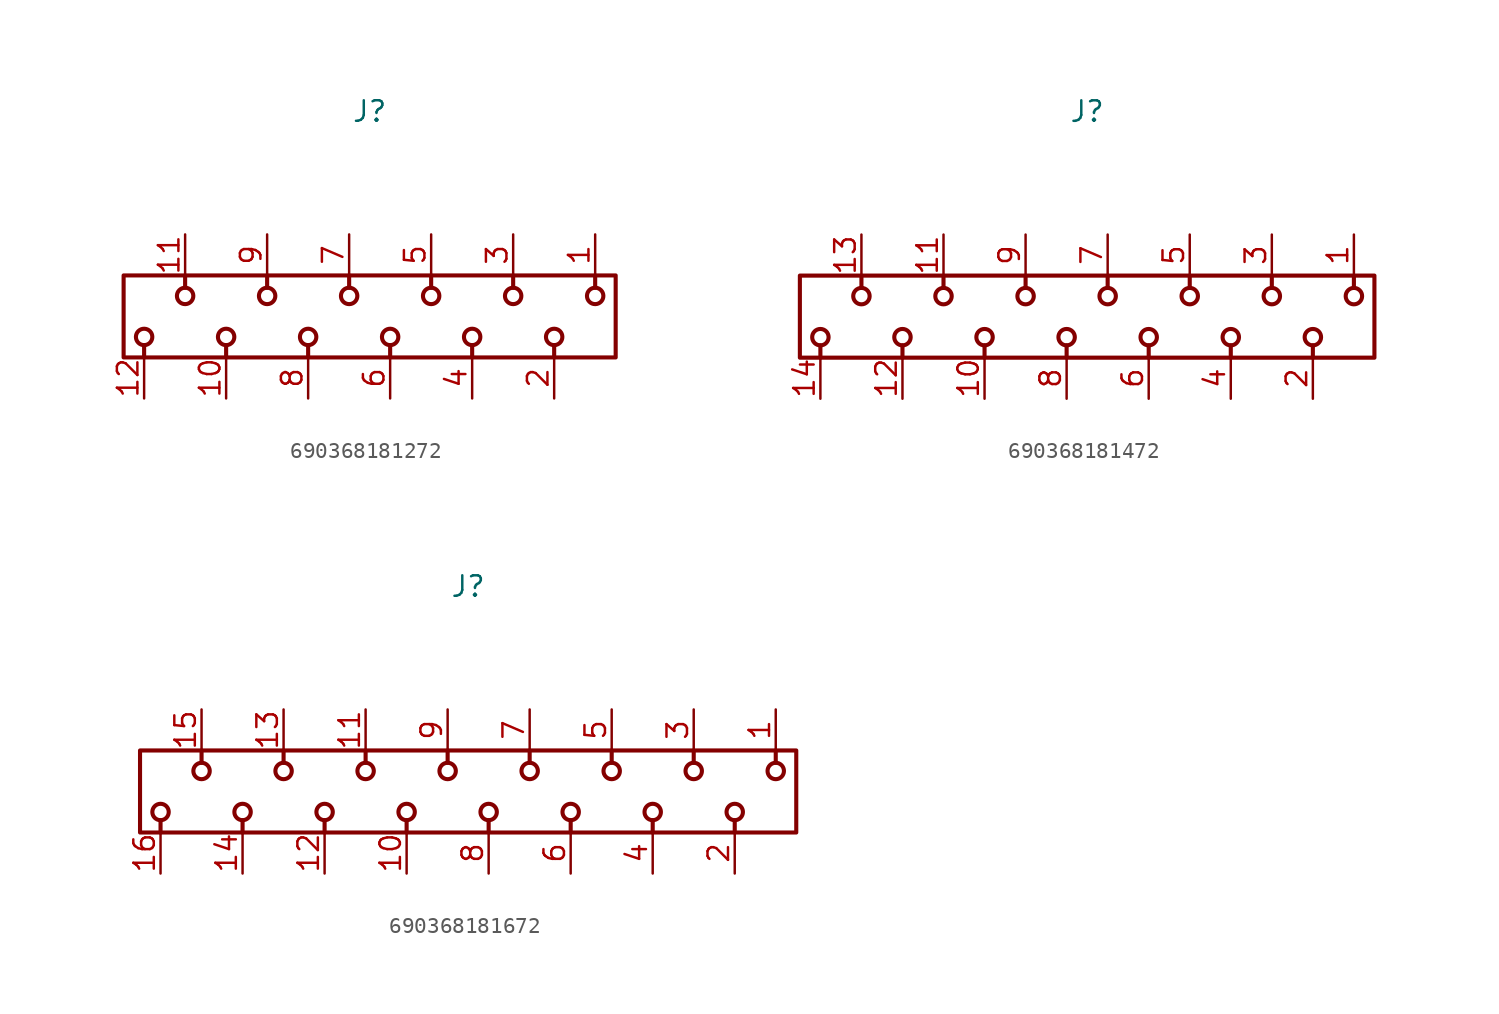
<source format=kicad_sym>
(kicad_symbol_lib
  (version 20241209)
  (generator "kicad_symbol_editor")
  (generator_version "9.0")
  (symbol "690368181272"
    (pin_names
      (hide yes))
    (property "Reference" "J"
      (at 0 12.7 0)
      (effects (font (size 1.27 1.27))))
    (symbol "690368181272_1_1"
      (rectangle (start -15.24 2.54) (end 15.24 -2.54) (stroke (width 0.254) (type solid)) (fill (type none)))
      (circle (center -13.97 -1.27) (radius 0.508) (stroke (width 0.254) (type solid)) (fill (type none)))
      (polyline (pts (xy -13.97 -1.778) (xy -13.97 -2.54)) (stroke (width 0.254) (type solid)) (fill (type none)))
      (polyline (pts (xy -11.43 1.778) (xy -11.43 2.54)) (stroke (width 0.254) (type solid)) (fill (type none)))
      (circle (center -11.43 1.27) (radius 0.508) (stroke (width 0.254) (type solid)) (fill (type none)))
      (circle (center -8.89 -1.27) (radius 0.508) (stroke (width 0.254) (type solid)) (fill (type none)))
      (polyline (pts (xy -8.89 -1.778) (xy -8.89 -2.54)) (stroke (width 0.254) (type solid)) (fill (type none)))
      (polyline (pts (xy -6.35 1.778) (xy -6.35 2.54)) (stroke (width 0.254) (type solid)) (fill (type none)))
      (circle (center -6.35 1.27) (radius 0.508) (stroke (width 0.254) (type solid)) (fill (type none)))
      (circle (center -3.81 -1.27) (radius 0.508) (stroke (width 0.254) (type solid)) (fill (type none)))
      (polyline (pts (xy -3.81 -1.778) (xy -3.81 -2.54)) (stroke (width 0.254) (type solid)) (fill (type none)))
      (polyline (pts (xy -1.27 1.778) (xy -1.27 2.54)) (stroke (width 0.254) (type solid)) (fill (type none)))
      (circle (center -1.27 1.27) (radius 0.508) (stroke (width 0.254) (type solid)) (fill (type none)))
      (circle (center 1.27 -1.27) (radius 0.508) (stroke (width 0.254) (type solid)) (fill (type none)))
      (polyline (pts (xy 1.27 -1.778) (xy 1.27 -2.54)) (stroke (width 0.254) (type solid)) (fill (type none)))
      (polyline (pts (xy 3.81 1.778) (xy 3.81 2.54)) (stroke (width 0.254) (type solid)) (fill (type none)))
      (circle (center 3.81 1.27) (radius 0.508) (stroke (width 0.254) (type solid)) (fill (type none)))
      (circle (center 6.35 -1.27) (radius 0.508) (stroke (width 0.254) (type solid)) (fill (type none)))
      (polyline (pts (xy 6.35 -1.778) (xy 6.35 -2.54)) (stroke (width 0.254) (type solid)) (fill (type none)))
      (polyline (pts (xy 8.89 1.778) (xy 8.89 2.54)) (stroke (width 0.254) (type solid)) (fill (type none)))
      (circle (center 8.89 1.27) (radius 0.508) (stroke (width 0.254) (type solid)) (fill (type none)))
      (circle (center 11.43 -1.27) (radius 0.508) (stroke (width 0.254) (type solid)) (fill (type none)))
      (polyline (pts (xy 11.43 -1.778) (xy 11.43 -2.54)) (stroke (width 0.254) (type solid)) (fill (type none)))
      (polyline (pts (xy 13.97 1.778) (xy 13.97 2.54)) (stroke (width 0.254) (type solid)) (fill (type none)))
      (circle (center 13.97 1.27) (radius 0.508) (stroke (width 0.254) (type solid)) (fill (type none)))
      (pin passive line (at -13.97 -5.08 90) (length 2.54) (name "12" (effects (font (size 1.27 1.27)))) (number "12" (effects (font (size 1.27 1.27)))))
      (pin passive line (at -11.43 5.08 270) (length 2.54) (name "11" (effects (font (size 1.27 1.27)))) (number "11" (effects (font (size 1.27 1.27)))))
      (pin passive line (at -8.89 -5.08 90) (length 2.54) (name "10" (effects (font (size 1.27 1.27)))) (number "10" (effects (font (size 1.27 1.27)))))
      (pin passive line (at -6.35 5.08 270) (length 2.54) (name "9" (effects (font (size 1.27 1.27)))) (number "9" (effects (font (size 1.27 1.27)))))
      (pin passive line (at -3.81 -5.08 90) (length 2.54) (name "8" (effects (font (size 1.27 1.27)))) (number "8" (effects (font (size 1.27 1.27)))))
      (pin passive line (at -1.27 5.08 270) (length 2.54) (name "7" (effects (font (size 1.27 1.27)))) (number "7" (effects (font (size 1.27 1.27)))))
      (pin passive line (at 1.27 -5.08 90) (length 2.54) (name "6" (effects (font (size 1.27 1.27)))) (number "6" (effects (font (size 1.27 1.27)))))
      (pin passive line (at 3.81 5.08 270) (length 2.54) (name "5" (effects (font (size 1.27 1.27)))) (number "5" (effects (font (size 1.27 1.27)))))
      (pin passive line (at 6.35 -5.08 90) (length 2.54) (name "4" (effects (font (size 1.27 1.27)))) (number "4" (effects (font (size 1.27 1.27)))))
      (pin passive line (at 8.89 5.08 270) (length 2.54) (name "3" (effects (font (size 1.27 1.27)))) (number "3" (effects (font (size 1.27 1.27)))))
      (pin passive line (at 11.43 -5.08 90) (length 2.54) (name "2" (effects (font (size 1.27 1.27)))) (number "2" (effects (font (size 1.27 1.27)))))
      (pin passive line (at 13.97 5.08 270) (length 2.54) (name "1" (effects (font (size 1.27 1.27)))) (number "1" (effects (font (size 1.27 1.27)))))))
  (symbol "690368181472"
    (pin_names
      (hide yes))
    (property "Reference" "J"
      (at 0 12.7 0)
      (effects (font (size 1.27 1.27))))
    (symbol "690368181472_1_1"
      (rectangle (start -17.78 2.54) (end 17.78 -2.54) (stroke (width 0.254) (type solid)) (fill (type none)))
      (circle (center -16.51 -1.27) (radius 0.508) (stroke (width 0.254) (type solid)) (fill (type none)))
      (polyline (pts (xy -16.51 -1.778) (xy -16.51 -2.54)) (stroke (width 0.254) (type solid)) (fill (type none)))
      (polyline (pts (xy -13.97 1.778) (xy -13.97 2.54)) (stroke (width 0.254) (type solid)) (fill (type none)))
      (circle (center -13.97 1.27) (radius 0.508) (stroke (width 0.254) (type solid)) (fill (type none)))
      (circle (center -11.43 -1.27) (radius 0.508) (stroke (width 0.254) (type solid)) (fill (type none)))
      (polyline (pts (xy -11.43 -1.778) (xy -11.43 -2.54)) (stroke (width 0.254) (type solid)) (fill (type none)))
      (polyline (pts (xy -8.89 1.778) (xy -8.89 2.54)) (stroke (width 0.254) (type solid)) (fill (type none)))
      (circle (center -8.89 1.27) (radius 0.508) (stroke (width 0.254) (type solid)) (fill (type none)))
      (circle (center -6.35 -1.27) (radius 0.508) (stroke (width 0.254) (type solid)) (fill (type none)))
      (polyline (pts (xy -6.35 -1.778) (xy -6.35 -2.54)) (stroke (width 0.254) (type solid)) (fill (type none)))
      (polyline (pts (xy -3.81 1.778) (xy -3.81 2.54)) (stroke (width 0.254) (type solid)) (fill (type none)))
      (circle (center -3.81 1.27) (radius 0.508) (stroke (width 0.254) (type solid)) (fill (type none)))
      (circle (center -1.27 -1.27) (radius 0.508) (stroke (width 0.254) (type solid)) (fill (type none)))
      (polyline (pts (xy -1.27 -1.778) (xy -1.27 -2.54)) (stroke (width 0.254) (type solid)) (fill (type none)))
      (polyline (pts (xy 1.27 1.778) (xy 1.27 2.54)) (stroke (width 0.254) (type solid)) (fill (type none)))
      (circle (center 1.27 1.27) (radius 0.508) (stroke (width 0.254) (type solid)) (fill (type none)))
      (circle (center 3.81 -1.27) (radius 0.508) (stroke (width 0.254) (type solid)) (fill (type none)))
      (polyline (pts (xy 3.81 -1.778) (xy 3.81 -2.54)) (stroke (width 0.254) (type solid)) (fill (type none)))
      (polyline (pts (xy 6.35 1.778) (xy 6.35 2.54)) (stroke (width 0.254) (type solid)) (fill (type none)))
      (circle (center 6.35 1.27) (radius 0.508) (stroke (width 0.254) (type solid)) (fill (type none)))
      (circle (center 8.89 -1.27) (radius 0.508) (stroke (width 0.254) (type solid)) (fill (type none)))
      (polyline (pts (xy 8.89 -1.778) (xy 8.89 -2.54)) (stroke (width 0.254) (type solid)) (fill (type none)))
      (polyline (pts (xy 11.43 1.778) (xy 11.43 2.54)) (stroke (width 0.254) (type solid)) (fill (type none)))
      (circle (center 11.43 1.27) (radius 0.508) (stroke (width 0.254) (type solid)) (fill (type none)))
      (circle (center 13.97 -1.27) (radius 0.508) (stroke (width 0.254) (type solid)) (fill (type none)))
      (polyline (pts (xy 13.97 -1.778) (xy 13.97 -2.54)) (stroke (width 0.254) (type solid)) (fill (type none)))
      (polyline (pts (xy 16.51 1.778) (xy 16.51 2.54)) (stroke (width 0.254) (type solid)) (fill (type none)))
      (circle (center 16.51 1.27) (radius 0.508) (stroke (width 0.254) (type solid)) (fill (type none)))
      (pin passive line (at -16.51 -5.08 90) (length 2.54) (name "14" (effects (font (size 1.27 1.27)))) (number "14" (effects (font (size 1.27 1.27)))))
      (pin passive line (at -13.97 5.08 270) (length 2.54) (name "13" (effects (font (size 1.27 1.27)))) (number "13" (effects (font (size 1.27 1.27)))))
      (pin passive line (at -11.43 -5.08 90) (length 2.54) (name "12" (effects (font (size 1.27 1.27)))) (number "12" (effects (font (size 1.27 1.27)))))
      (pin passive line (at -8.89 5.08 270) (length 2.54) (name "11" (effects (font (size 1.27 1.27)))) (number "11" (effects (font (size 1.27 1.27)))))
      (pin passive line (at -6.35 -5.08 90) (length 2.54) (name "10" (effects (font (size 1.27 1.27)))) (number "10" (effects (font (size 1.27 1.27)))))
      (pin passive line (at -3.81 5.08 270) (length 2.54) (name "9" (effects (font (size 1.27 1.27)))) (number "9" (effects (font (size 1.27 1.27)))))
      (pin passive line (at -1.27 -5.08 90) (length 2.54) (name "8" (effects (font (size 1.27 1.27)))) (number "8" (effects (font (size 1.27 1.27)))))
      (pin passive line (at 1.27 5.08 270) (length 2.54) (name "7" (effects (font (size 1.27 1.27)))) (number "7" (effects (font (size 1.27 1.27)))))
      (pin passive line (at 3.81 -5.08 90) (length 2.54) (name "6" (effects (font (size 1.27 1.27)))) (number "6" (effects (font (size 1.27 1.27)))))
      (pin passive line (at 6.35 5.08 270) (length 2.54) (name "5" (effects (font (size 1.27 1.27)))) (number "5" (effects (font (size 1.27 1.27)))))
      (pin passive line (at 8.89 -5.08 90) (length 2.54) (name "4" (effects (font (size 1.27 1.27)))) (number "4" (effects (font (size 1.27 1.27)))))
      (pin passive line (at 11.43 5.08 270) (length 2.54) (name "3" (effects (font (size 1.27 1.27)))) (number "3" (effects (font (size 1.27 1.27)))))
      (pin passive line (at 13.97 -5.08 90) (length 2.54) (name "2" (effects (font (size 1.27 1.27)))) (number "2" (effects (font (size 1.27 1.27)))))
      (pin passive line (at 16.51 5.08 270) (length 2.54) (name "1" (effects (font (size 1.27 1.27)))) (number "1" (effects (font (size 1.27 1.27)))))))
  (symbol "690368181672"
    (pin_names
      (hide yes))
    (property "Reference" "J"
      (at 0 12.7 0)
      (effects (font (size 1.27 1.27))))
    (symbol "690368181672_1_1"
      (rectangle (start -20.32 2.54) (end 20.32 -2.54) (stroke (width 0.254) (type solid)) (fill (type none)))
      (circle (center -19.05 -1.27) (radius 0.508) (stroke (width 0.254) (type solid)) (fill (type none)))
      (polyline (pts (xy -19.05 -1.778) (xy -19.05 -2.54)) (stroke (width 0.254) (type solid)) (fill (type none)))
      (polyline (pts (xy -16.51 1.778) (xy -16.51 2.54)) (stroke (width 0.254) (type solid)) (fill (type none)))
      (circle (center -16.51 1.27) (radius 0.508) (stroke (width 0.254) (type solid)) (fill (type none)))
      (circle (center -13.97 -1.27) (radius 0.508) (stroke (width 0.254) (type solid)) (fill (type none)))
      (polyline (pts (xy -13.97 -1.778) (xy -13.97 -2.54)) (stroke (width 0.254) (type solid)) (fill (type none)))
      (polyline (pts (xy -11.43 1.778) (xy -11.43 2.54)) (stroke (width 0.254) (type solid)) (fill (type none)))
      (circle (center -11.43 1.27) (radius 0.508) (stroke (width 0.254) (type solid)) (fill (type none)))
      (circle (center -8.89 -1.27) (radius 0.508) (stroke (width 0.254) (type solid)) (fill (type none)))
      (polyline (pts (xy -8.89 -1.778) (xy -8.89 -2.54)) (stroke (width 0.254) (type solid)) (fill (type none)))
      (polyline (pts (xy -6.35 1.778) (xy -6.35 2.54)) (stroke (width 0.254) (type solid)) (fill (type none)))
      (circle (center -6.35 1.27) (radius 0.508) (stroke (width 0.254) (type solid)) (fill (type none)))
      (circle (center -3.81 -1.27) (radius 0.508) (stroke (width 0.254) (type solid)) (fill (type none)))
      (polyline (pts (xy -3.81 -1.778) (xy -3.81 -2.54)) (stroke (width 0.254) (type solid)) (fill (type none)))
      (polyline (pts (xy -1.27 1.778) (xy -1.27 2.54)) (stroke (width 0.254) (type solid)) (fill (type none)))
      (circle (center -1.27 1.27) (radius 0.508) (stroke (width 0.254) (type solid)) (fill (type none)))
      (circle (center 1.27 -1.27) (radius 0.508) (stroke (width 0.254) (type solid)) (fill (type none)))
      (polyline (pts (xy 1.27 -1.778) (xy 1.27 -2.54)) (stroke (width 0.254) (type solid)) (fill (type none)))
      (polyline (pts (xy 3.81 1.778) (xy 3.81 2.54)) (stroke (width 0.254) (type solid)) (fill (type none)))
      (circle (center 3.81 1.27) (radius 0.508) (stroke (width 0.254) (type solid)) (fill (type none)))
      (circle (center 6.35 -1.27) (radius 0.508) (stroke (width 0.254) (type solid)) (fill (type none)))
      (polyline (pts (xy 6.35 -1.778) (xy 6.35 -2.54)) (stroke (width 0.254) (type solid)) (fill (type none)))
      (polyline (pts (xy 8.89 1.778) (xy 8.89 2.54)) (stroke (width 0.254) (type solid)) (fill (type none)))
      (circle (center 8.89 1.27) (radius 0.508) (stroke (width 0.254) (type solid)) (fill (type none)))
      (circle (center 11.43 -1.27) (radius 0.508) (stroke (width 0.254) (type solid)) (fill (type none)))
      (polyline (pts (xy 11.43 -1.778) (xy 11.43 -2.54)) (stroke (width 0.254) (type solid)) (fill (type none)))
      (polyline (pts (xy 13.97 1.778) (xy 13.97 2.54)) (stroke (width 0.254) (type solid)) (fill (type none)))
      (circle (center 13.97 1.27) (radius 0.508) (stroke (width 0.254) (type solid)) (fill (type none)))
      (circle (center 16.51 -1.27) (radius 0.508) (stroke (width 0.254) (type solid)) (fill (type none)))
      (polyline (pts (xy 16.51 -1.778) (xy 16.51 -2.54)) (stroke (width 0.254) (type solid)) (fill (type none)))
      (polyline (pts (xy 19.05 1.778) (xy 19.05 2.54)) (stroke (width 0.254) (type solid)) (fill (type none)))
      (circle (center 19.05 1.27) (radius 0.508) (stroke (width 0.254) (type solid)) (fill (type none)))
      (pin passive line (at -19.05 -5.08 90) (length 2.54) (name "16" (effects (font (size 1.27 1.27)))) (number "16" (effects (font (size 1.27 1.27)))))
      (pin passive line (at -16.51 5.08 270) (length 2.54) (name "15" (effects (font (size 1.27 1.27)))) (number "15" (effects (font (size 1.27 1.27)))))
      (pin passive line (at -13.97 -5.08 90) (length 2.54) (name "14" (effects (font (size 1.27 1.27)))) (number "14" (effects (font (size 1.27 1.27)))))
      (pin passive line (at -11.43 5.08 270) (length 2.54) (name "13" (effects (font (size 1.27 1.27)))) (number "13" (effects (font (size 1.27 1.27)))))
      (pin passive line (at -8.89 -5.08 90) (length 2.54) (name "12" (effects (font (size 1.27 1.27)))) (number "12" (effects (font (size 1.27 1.27)))))
      (pin passive line (at -6.35 5.08 270) (length 2.54) (name "11" (effects (font (size 1.27 1.27)))) (number "11" (effects (font (size 1.27 1.27)))))
      (pin passive line (at -3.81 -5.08 90) (length 2.54) (name "10" (effects (font (size 1.27 1.27)))) (number "10" (effects (font (size 1.27 1.27)))))
      (pin passive line (at -1.27 5.08 270) (length 2.54) (name "9" (effects (font (size 1.27 1.27)))) (number "9" (effects (font (size 1.27 1.27)))))
      (pin passive line (at 1.27 -5.08 90) (length 2.54) (name "8" (effects (font (size 1.27 1.27)))) (number "8" (effects (font (size 1.27 1.27)))))
      (pin passive line (at 3.81 5.08 270) (length 2.54) (name "7" (effects (font (size 1.27 1.27)))) (number "7" (effects (font (size 1.27 1.27)))))
      (pin passive line (at 6.35 -5.08 90) (length 2.54) (name "6" (effects (font (size 1.27 1.27)))) (number "6" (effects (font (size 1.27 1.27)))))
      (pin passive line (at 8.89 5.08 270) (length 2.54) (name "5" (effects (font (size 1.27 1.27)))) (number "5" (effects (font (size 1.27 1.27)))))
      (pin passive line (at 11.43 -5.08 90) (length 2.54) (name "4" (effects (font (size 1.27 1.27)))) (number "4" (effects (font (size 1.27 1.27)))))
      (pin passive line (at 13.97 5.08 270) (length 2.54) (name "3" (effects (font (size 1.27 1.27)))) (number "3" (effects (font (size 1.27 1.27)))))
      (pin passive line (at 16.51 -5.08 90) (length 2.54) (name "2" (effects (font (size 1.27 1.27)))) (number "2" (effects (font (size 1.27 1.27)))))
      (pin passive line (at 19.05 5.08 270) (length 2.54) (name "1" (effects (font (size 1.27 1.27)))) (number "1" (effects (font (size 1.27 1.27))))))))
</source>
